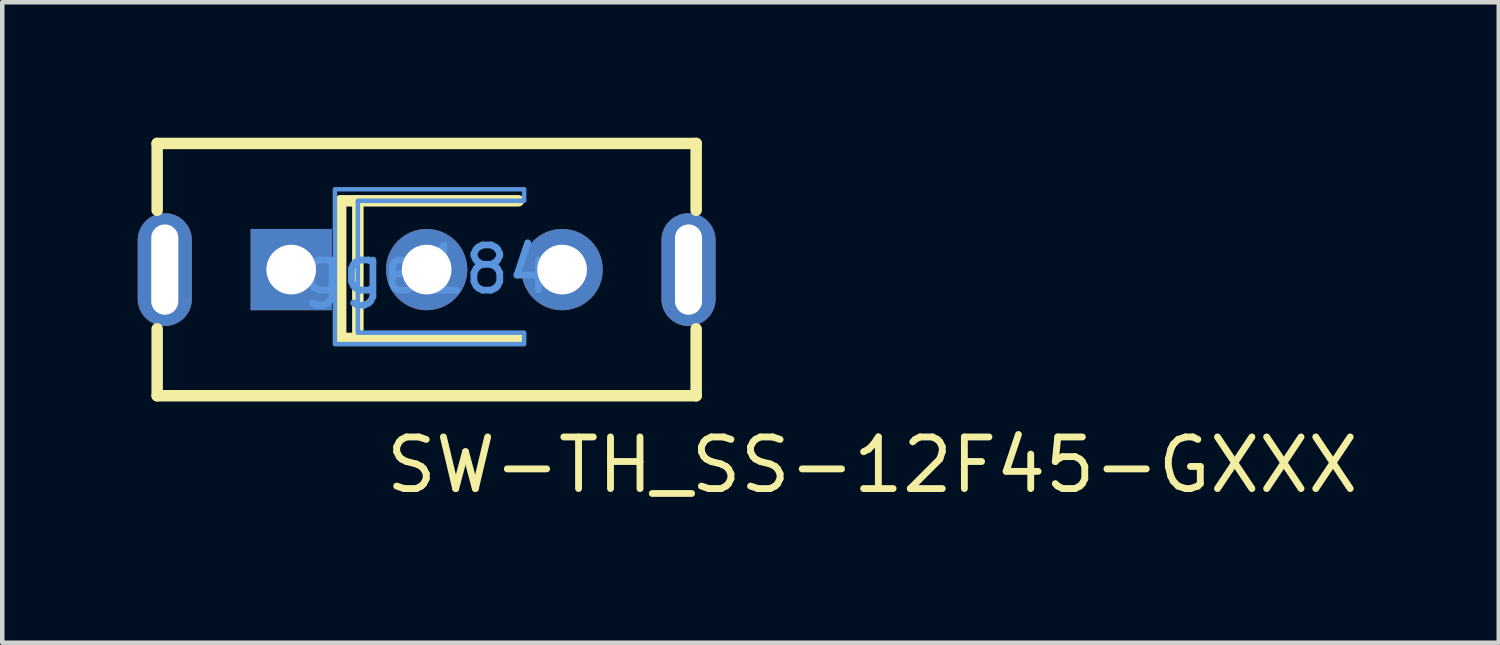
<source format=kicad_pcb>
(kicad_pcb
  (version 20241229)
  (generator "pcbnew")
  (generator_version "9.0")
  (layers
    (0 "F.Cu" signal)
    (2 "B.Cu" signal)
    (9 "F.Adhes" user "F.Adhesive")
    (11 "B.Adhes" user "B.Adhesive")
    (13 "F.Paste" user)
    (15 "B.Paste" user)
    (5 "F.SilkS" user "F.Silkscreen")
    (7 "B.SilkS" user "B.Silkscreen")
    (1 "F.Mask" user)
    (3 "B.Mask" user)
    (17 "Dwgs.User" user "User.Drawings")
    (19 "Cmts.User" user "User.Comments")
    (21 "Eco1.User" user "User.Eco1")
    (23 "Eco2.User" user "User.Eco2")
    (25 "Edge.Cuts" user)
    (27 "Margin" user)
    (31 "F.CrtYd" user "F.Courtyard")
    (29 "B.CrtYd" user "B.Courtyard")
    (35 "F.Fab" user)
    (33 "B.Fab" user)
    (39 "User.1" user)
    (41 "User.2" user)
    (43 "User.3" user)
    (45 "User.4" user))
  (footprint "SW-TH_SS-12F45-GXXX"
    (layer "F.Cu")
    (at 6.4 2.921)
    (property "Reference" "SW-TH_SS-12F45-GXXX" (at -0.981 4.329 0) (layer "F.SilkS") (effects (font (size 1.143 1.143) (thickness 0.152)) (justify left)))
    (attr through_hole)
    (fp_line (start -5.969 -2.794) (end 5.969 -2.794) (stroke (width 0.254) (type solid)) (layer "F.SilkS"))
    (fp_line (start -5.969 -1.314) (end -5.969 -2.794) (stroke (width 0.254) (type solid)) (layer "F.SilkS"))
    (fp_line (start -5.969 2.794) (end -5.969 1.313) (stroke (width 0.254) (type solid)) (layer "F.SilkS"))
    (fp_line (start -1.905 -1.524) (end -1.905 1.524) (stroke (width 0.254) (type solid)) (layer "F.SilkS"))
    (fp_line (start -1.905 1.524) (end -1.524 1.524) (stroke (width 0.254) (type solid)) (layer "F.SilkS"))
    (fp_line (start -1.524 -1.524) (end -1.905 -1.524) (stroke (width 0.254) (type solid)) (layer "F.SilkS"))
    (fp_line (start -1.524 -1.524) (end -1.524 1.524) (stroke (width 0.254) (type solid)) (layer "F.SilkS"))
    (fp_line (start -1.524 1.524) (end 2.032 1.524) (stroke (width 0.254) (type solid)) (layer "F.SilkS"))
    (fp_line (start 2.032 -1.524) (end -1.524 -1.524) (stroke (width 0.254) (type solid)) (layer "F.SilkS"))
    (fp_line (start 5.969 -2.794) (end 5.969 -1.314) (stroke (width 0.254) (type solid)) (layer "F.SilkS"))
    (fp_line (start 5.969 1.313) (end 5.969 2.794) (stroke (width 0.254) (type solid)) (layer "F.SilkS"))
    (fp_line (start 5.969 2.794) (end -5.969 2.794) (stroke (width 0.254) (type solid)) (layer "F.SilkS"))
    (fp_poly (pts (xy 2.159 -1.524) (xy -1.524 -1.524) (xy -1.524 1.397) (xy 2.032 1.397) (xy 2.159 1.397) (xy 2.159 1.651) (xy -2.032 1.651) (xy -2.032 -1.778) (xy 2.159 -1.778)) (stroke (width 0.1) (type solid)) (fill no) (layer "Cmts.User"))
    (fp_text user "gge184" (at 0 0 0) (layer "Cmts.User") (effects (font (size 1 1) (thickness 0.15))))
    (pad "1" thru_hole rect (at -3 0) (size 1.8 1.8) (drill 1.1) (layers "*.Cu" "*.Paste" "*.Mask"))
    (pad "2" thru_hole circle (at 0 0) (size 1.8 1.8) (drill 1.1) (layers "*.Cu" "*.Paste" "*.Mask"))
    (pad "3" thru_hole circle (at 3 0) (size 1.8 1.8) (drill 1.1) (layers "*.Cu" "*.Paste" "*.Mask"))
    (pad "4" thru_hole oval (at 5.8 0) (size 1.2 2.5) (drill oval 0.6 2) (layers "*.Cu" "*.Paste" "*.Mask"))
    (pad "5" thru_hole oval (at -5.8 0) (size 1.2 2.5) (drill oval 0.6 2) (layers "*.Cu" "*.Paste" "*.Mask")))
  (gr_rect
    (start -3 -3)
    (end 30.146 11.185)
    (stroke (width 0.1) (type default))
    (fill no)
    (layer "Edge.Cuts")))
</source>
